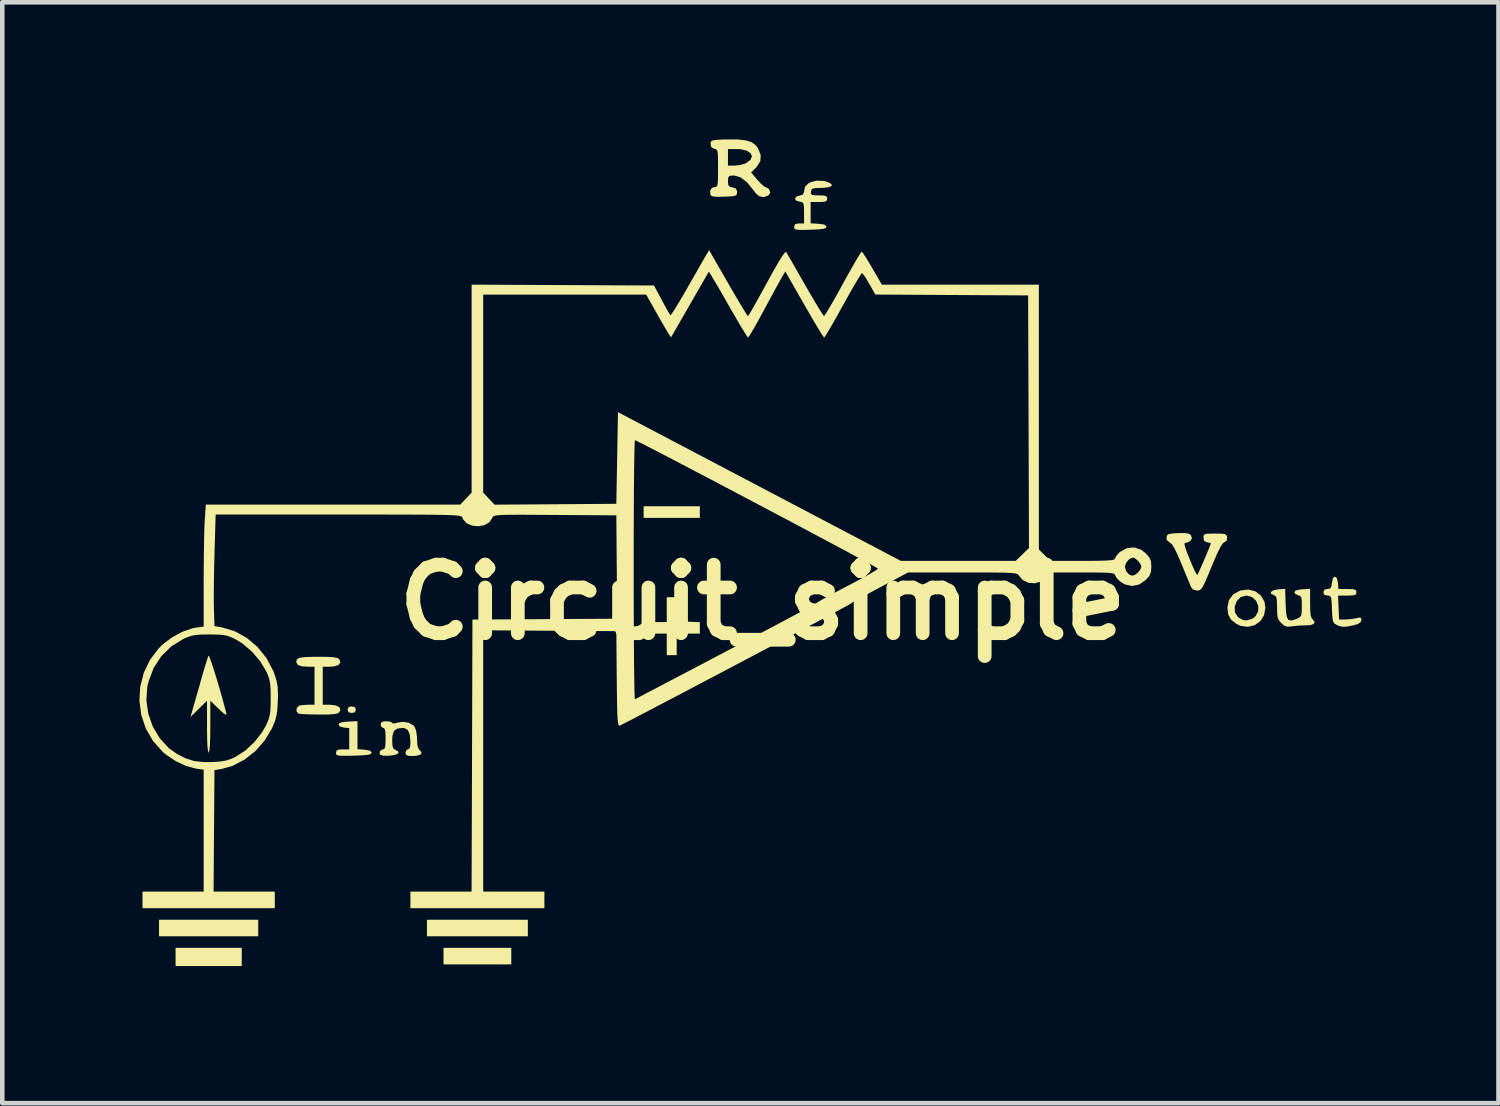
<source format=kicad_pcb>
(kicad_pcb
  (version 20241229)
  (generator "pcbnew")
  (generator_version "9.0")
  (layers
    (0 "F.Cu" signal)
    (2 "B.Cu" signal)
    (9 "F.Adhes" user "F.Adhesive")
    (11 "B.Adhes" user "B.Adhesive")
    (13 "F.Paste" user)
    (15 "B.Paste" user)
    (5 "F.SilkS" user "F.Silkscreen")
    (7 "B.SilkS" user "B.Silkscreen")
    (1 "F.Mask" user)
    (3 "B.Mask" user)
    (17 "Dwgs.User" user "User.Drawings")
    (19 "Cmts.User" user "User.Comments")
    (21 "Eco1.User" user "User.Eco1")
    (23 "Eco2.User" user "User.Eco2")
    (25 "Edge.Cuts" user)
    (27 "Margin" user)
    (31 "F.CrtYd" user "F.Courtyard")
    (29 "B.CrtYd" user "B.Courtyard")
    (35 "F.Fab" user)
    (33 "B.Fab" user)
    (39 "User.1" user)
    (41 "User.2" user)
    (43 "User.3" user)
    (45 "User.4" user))
  (footprint "Circuit_simple"
    (layer "F.Cu")
    (at 13.636 10.125)
    (property "Reference" "Circuit_simple" (at 0 0 0) (layer "F.SilkS") (effects (font (size 1.5 1.5) (thickness 0.3))))
    (attr board_only exclude_from_pos_files exclude_from_bom)
    (fp_poly (pts (xy -11.397 7.761) (xy -11.397 7.96) (xy -12.121 7.96) (xy -12.845 7.96) (xy -12.845 7.761) (xy -12.845 7.562) (xy -12.121 7.562) (xy -11.397 7.562)) (stroke (width 0) (type solid)) (fill yes) (layer "F.SilkS"))
    (fp_poly (pts (xy -11.036 7.128) (xy -11.036 7.309) (xy -12.121 7.309) (xy -13.207 7.309) (xy -13.207 7.128) (xy -13.207 6.947) (xy -12.121 6.947) (xy -11.036 6.947)) (stroke (width 0) (type solid)) (fill yes) (layer "F.SilkS"))
    (fp_poly (pts (xy -8.92 2.296) (xy -8.901 2.352) (xy -8.922 2.409) (xy -8.991 2.424) (xy -9.062 2.407) (xy -9.082 2.352) (xy -9.061 2.295) (xy -8.991 2.279)) (stroke (width 0) (type solid)) (fill yes) (layer "F.SilkS"))
    (fp_poly (pts (xy -5.5 7.743) (xy -5.5 7.924) (xy -6.241 7.924) (xy -6.983 7.924) (xy -6.983 7.743) (xy -6.983 7.562) (xy -6.241 7.562) (xy -5.5 7.562)) (stroke (width 0) (type solid)) (fill yes) (layer "F.SilkS"))
    (fp_poly (pts (xy -5.138 7.128) (xy -5.138 7.309) (xy -6.241 7.309) (xy -7.345 7.309) (xy -7.345 7.128) (xy -7.345 6.947) (xy -6.241 6.947) (xy -5.138 6.947)) (stroke (width 0) (type solid)) (fill yes) (layer "F.SilkS"))
    (fp_poly (pts (xy -1.375 -1.972) (xy -1.375 -1.845) (xy -1.99 -1.845) (xy -2.605 -1.845) (xy -2.605 -1.972) (xy -2.605 -2.099) (xy -1.99 -2.099) (xy -1.375 -2.099)) (stroke (width 0) (type solid)) (fill yes) (layer "F.SilkS"))
    (fp_poly (pts (xy -1.874 0.154) (xy -1.863 0.416) (xy -1.619 0.427) (xy -1.375 0.437) (xy -1.375 0.562) (xy -1.375 0.687) (xy -1.628 0.687) (xy -1.881 0.687) (xy -1.881 0.923) (xy -1.881 1.158) (xy -1.99 1.158) (xy -2.099 1.158) (xy -2.099 0.923) (xy -2.099 0.687) (xy -2.352 0.687) (xy -2.605 0.687) (xy -2.605 0.561) (xy -2.605 0.434) (xy -2.352 0.434) (xy -2.099 0.434) (xy -2.099 0.163) (xy -2.099 -0.109) (xy -1.992 -0.109) (xy -1.885 -0.109)) (stroke (width 0) (type solid)) (fill yes) (layer "F.SilkS"))
    (fp_poly (pts (xy -8.865 2.909) (xy -8.865 3.216) (xy -8.711 3.227) (xy -8.603 3.245) (xy -8.559 3.279) (xy -8.557 3.293) (xy -8.57 3.318) (xy -8.615 3.335) (xy -8.704 3.346) (xy -8.848 3.354) (xy -8.946 3.357) (xy -9.118 3.361) (xy -9.23 3.36) (xy -9.295 3.352) (xy -9.325 3.336) (xy -9.335 3.308) (xy -9.335 3.294) (xy -9.323 3.246) (xy -9.275 3.224) (xy -9.19 3.22) (xy -9.046 3.22) (xy -9.046 2.987) (xy -9.046 2.754) (xy -9.163 2.743) (xy -9.253 2.719) (xy -9.281 2.677) (xy -9.261 2.644) (xy -9.192 2.623) (xy -9.073 2.612) (xy -8.865 2.602)) (stroke (width 0) (type solid)) (fill yes) (layer "F.SilkS"))
    (fp_poly (pts (xy 10.779 -0.237) (xy 10.901 -0.145) (xy 10.978 -0.011) (xy 10.999 0.123) (xy 10.968 0.288) (xy 10.884 0.417) (xy 10.762 0.504) (xy 10.614 0.539) (xy 10.454 0.517) (xy 10.36 0.472) (xy 10.243 0.378) (xy 10.183 0.263) (xy 10.167 0.116) (xy 10.17 0.103) (xy 10.326 0.103) (xy 10.333 0.227) (xy 10.399 0.327) (xy 10.507 0.388) (xy 10.583 0.398) (xy 10.713 0.363) (xy 10.781 0.309) (xy 10.84 0.201) (xy 10.842 0.081) (xy 10.796 -0.029) (xy 10.709 -0.111) (xy 10.59 -0.145) (xy 10.583 -0.145) (xy 10.458 -0.114) (xy 10.369 -0.021) (xy 10.326 0.103) (xy 10.17 0.103) (xy 10.2 -0.046) (xy 10.293 -0.171) (xy 10.44 -0.252) (xy 10.454 -0.257) (xy 10.626 -0.277)) (stroke (width 0) (type solid)) (fill yes) (layer "F.SilkS"))
    (fp_poly (pts (xy -12.109 1.187) (xy -12.078 1.267) (xy -12.034 1.394) (xy -11.982 1.558) (xy -11.924 1.748) (xy -11.864 1.952) (xy -11.806 2.161) (xy -11.752 2.362) (xy -11.732 2.442) (xy -11.741 2.464) (xy -11.792 2.432) (xy -11.889 2.345) (xy -11.899 2.335) (xy -12.085 2.156) (xy -12.085 2.724) (xy -12.087 2.952) (xy -12.094 3.126) (xy -12.104 3.241) (xy -12.118 3.291) (xy -12.121 3.293) (xy -12.136 3.257) (xy -12.147 3.156) (xy -12.154 2.993) (xy -12.157 2.776) (xy -12.157 2.724) (xy -12.157 2.156) (xy -12.338 2.333) (xy -12.518 2.511) (xy -12.482 2.386) (xy -12.46 2.307) (xy -12.422 2.175) (xy -12.374 2.005) (xy -12.319 1.814) (xy -12.298 1.737) (xy -12.244 1.55) (xy -12.196 1.386) (xy -12.156 1.259) (xy -12.131 1.182) (xy -12.125 1.167)) (stroke (width 0) (type solid)) (fill yes) (layer "F.SilkS"))
    (fp_poly (pts (xy -9.512 1.196) (xy -9.386 1.205) (xy -9.308 1.22) (xy -9.266 1.244) (xy -9.263 1.248) (xy -9.238 1.316) (xy -9.276 1.37) (xy -9.37 1.403) (xy -9.466 1.411) (xy -9.625 1.411) (xy -9.625 1.827) (xy -9.625 2.243) (xy -9.466 2.243) (xy -9.339 2.258) (xy -9.26 2.298) (xy -9.238 2.357) (xy -9.263 2.406) (xy -9.299 2.431) (xy -9.368 2.447) (xy -9.482 2.456) (xy -9.651 2.458) (xy -9.71 2.458) (xy -9.877 2.455) (xy -10.019 2.45) (xy -10.119 2.443) (xy -10.158 2.436) (xy -10.198 2.389) (xy -10.196 2.321) (xy -10.154 2.269) (xy -10.146 2.265) (xy -10.074 2.251) (xy -9.968 2.244) (xy -9.947 2.243) (xy -9.805 2.243) (xy -9.805 1.827) (xy -9.805 1.411) (xy -9.947 1.411) (xy -10.091 1.402) (xy -10.173 1.37) (xy -10.203 1.314) (xy -10.203 1.303) (xy -10.195 1.259) (xy -10.162 1.229) (xy -10.094 1.209) (xy -9.98 1.199) (xy -9.811 1.194) (xy -9.698 1.194)) (stroke (width 0) (type solid)) (fill yes) (layer "F.SilkS"))
    (fp_poly (pts (xy 12.562 -0.528) (xy 12.584 -0.428) (xy 12.585 -0.425) (xy 12.596 -0.289) (xy 12.793 -0.289) (xy 12.907 -0.286) (xy 12.966 -0.272) (xy 12.988 -0.242) (xy 12.989 -0.217) (xy 12.981 -0.175) (xy 12.944 -0.154) (xy 12.861 -0.146) (xy 12.789 -0.145) (xy 12.588 -0.145) (xy 12.599 0.118) (xy 12.61 0.38) (xy 12.754 0.378) (xy 12.877 0.369) (xy 12.987 0.35) (xy 12.999 0.347) (xy 13.07 0.333) (xy 13.096 0.358) (xy 13.098 0.39) (xy 13.079 0.442) (xy 13.013 0.48) (xy 12.937 0.502) (xy 12.792 0.533) (xy 12.689 0.538) (xy 12.601 0.517) (xy 12.555 0.496) (xy 12.51 0.468) (xy 12.482 0.428) (xy 12.467 0.359) (xy 12.458 0.244) (xy 12.454 0.153) (xy 12.448 0.007) (xy 12.439 -0.081) (xy 12.422 -0.126) (xy 12.392 -0.143) (xy 12.355 -0.145) (xy 12.285 -0.162) (xy 12.266 -0.217) (xy 12.288 -0.274) (xy 12.354 -0.289) (xy 12.414 -0.3) (xy 12.442 -0.345) (xy 12.454 -0.425) (xy 12.475 -0.527) (xy 12.518 -0.561) (xy 12.519 -0.561)) (stroke (width 0) (type solid)) (fill yes) (layer "F.SilkS"))
    (fp_poly (pts (xy 11.441 0.043) (xy 11.45 0.219) (xy 11.469 0.331) (xy 11.505 0.389) (xy 11.564 0.4) (xy 11.654 0.375) (xy 11.69 0.361) (xy 11.747 0.332) (xy 11.779 0.294) (xy 11.792 0.226) (xy 11.795 0.109) (xy 11.795 0.089) (xy 11.793 -0.037) (xy 11.782 -0.107) (xy 11.757 -0.139) (xy 11.714 -0.151) (xy 11.65 -0.181) (xy 11.633 -0.217) (xy 11.657 -0.254) (xy 11.738 -0.276) (xy 11.804 -0.282) (xy 11.976 -0.293) (xy 11.976 0.021) (xy 11.979 0.183) (xy 11.989 0.288) (xy 12.01 0.349) (xy 12.036 0.379) (xy 12.077 0.432) (xy 12.054 0.475) (xy 11.975 0.502) (xy 11.892 0.506) (xy 11.75 0.51) (xy 11.605 0.525) (xy 11.59 0.527) (xy 11.485 0.537) (xy 11.414 0.516) (xy 11.346 0.458) (xy 11.295 0.399) (xy 11.267 0.334) (xy 11.255 0.239) (xy 11.253 0.114) (xy 11.25 -0.019) (xy 11.24 -0.097) (xy 11.218 -0.137) (xy 11.178 -0.156) (xy 11.177 -0.156) (xy 11.118 -0.187) (xy 11.121 -0.226) (xy 11.176 -0.261) (xy 11.274 -0.282) (xy 11.281 -0.282) (xy 11.431 -0.293)) (stroke (width 0) (type solid)) (fill yes) (layer "F.SilkS"))
    (fp_poly (pts (xy 1.329 -9.217) (xy 1.43 -9.19) (xy 1.504 -9.149) (xy 1.512 -9.111) (xy 1.458 -9.082) (xy 1.347 -9.066) (xy 1.281 -9.064) (xy 1.161 -9.061) (xy 1.095 -9.049) (xy 1.065 -9.021) (xy 1.056 -8.982) (xy 1.055 -8.934) (xy 1.083 -8.91) (xy 1.155 -8.902) (xy 1.228 -8.901) (xy 1.337 -8.897) (xy 1.392 -8.881) (xy 1.41 -8.847) (xy 1.411 -8.828) (xy 1.402 -8.785) (xy 1.361 -8.763) (xy 1.272 -8.756) (xy 1.23 -8.756) (xy 1.049 -8.756) (xy 1.049 -8.523) (xy 1.049 -8.29) (xy 1.221 -8.279) (xy 1.335 -8.264) (xy 1.387 -8.235) (xy 1.393 -8.213) (xy 1.38 -8.187) (xy 1.332 -8.169) (xy 1.238 -8.158) (xy 1.087 -8.15) (xy 1.04 -8.149) (xy 0.878 -8.145) (xy 0.775 -8.146) (xy 0.718 -8.156) (xy 0.693 -8.175) (xy 0.687 -8.207) (xy 0.687 -8.212) (xy 0.704 -8.266) (xy 0.766 -8.285) (xy 0.796 -8.286) (xy 0.905 -8.286) (xy 0.905 -8.519) (xy 0.903 -8.644) (xy 0.894 -8.715) (xy 0.869 -8.748) (xy 0.823 -8.761) (xy 0.805 -8.763) (xy 0.729 -8.789) (xy 0.706 -8.828) (xy 0.738 -8.874) (xy 0.805 -8.894) (xy 0.881 -8.919) (xy 0.905 -8.979) (xy 0.905 -8.985) (xy 0.925 -9.087) (xy 0.995 -9.16) (xy 1.038 -9.185) (xy 1.171 -9.222)) (stroke (width 0) (type solid)) (fill yes) (layer "F.SilkS"))
    (fp_poly (pts (xy -8.148 2.614) (xy -8.106 2.636) (xy -8.105 2.64) (xy -8.076 2.656) (xy -8.006 2.638) (xy -7.873 2.616) (xy -7.742 2.638) (xy -7.638 2.699) (xy -7.617 2.723) (xy -7.581 2.816) (xy -7.563 2.952) (xy -7.562 2.998) (xy -7.553 3.135) (xy -7.525 3.215) (xy -7.502 3.238) (xy -7.461 3.29) (xy -7.485 3.333) (xy -7.567 3.359) (xy -7.655 3.365) (xy -7.756 3.36) (xy -7.803 3.34) (xy -7.815 3.296) (xy -7.815 3.293) (xy -7.793 3.234) (xy -7.761 3.22) (xy -7.726 3.199) (xy -7.709 3.128) (xy -7.707 3.055) (xy -7.721 2.894) (xy -7.766 2.794) (xy -7.844 2.752) (xy -7.873 2.75) (xy -7.995 2.765) (xy -8.067 2.818) (xy -8.1 2.92) (xy -8.105 3.018) (xy -8.101 3.134) (xy -8.084 3.196) (xy -8.048 3.225) (xy -8.029 3.232) (xy -7.975 3.266) (xy -7.968 3.299) (xy -8.011 3.329) (xy -8.099 3.35) (xy -8.205 3.36) (xy -8.304 3.356) (xy -8.367 3.339) (xy -8.375 3.331) (xy -8.381 3.268) (xy -8.334 3.226) (xy -8.302 3.22) (xy -8.272 3.203) (xy -8.256 3.141) (xy -8.25 3.023) (xy -8.25 2.985) (xy -8.253 2.853) (xy -8.266 2.78) (xy -8.292 2.752) (xy -8.304 2.75) (xy -8.348 2.72) (xy -8.358 2.677) (xy -8.344 2.628) (xy -8.289 2.607) (xy -8.231 2.605)) (stroke (width 0) (type solid)) (fill yes) (layer "F.SilkS"))
    (fp_poly (pts (xy 9.318 -1.5) (xy 9.368 -1.469) (xy 9.37 -1.467) (xy 9.39 -1.398) (xy 9.355 -1.336) (xy 9.28 -1.304) (xy 9.261 -1.303) (xy 9.235 -1.295) (xy 9.228 -1.267) (xy 9.242 -1.205) (xy 9.279 -1.099) (xy 9.343 -0.939) (xy 9.403 -0.795) (xy 9.456 -0.681) (xy 9.493 -0.611) (xy 9.509 -0.596) (xy 9.528 -0.633) (xy 9.568 -0.72) (xy 9.62 -0.838) (xy 9.677 -0.97) (xy 9.731 -1.098) (xy 9.775 -1.205) (xy 9.801 -1.273) (xy 9.805 -1.287) (xy 9.775 -1.3) (xy 9.724 -1.309) (xy 9.659 -1.34) (xy 9.643 -1.411) (xy 9.646 -1.458) (xy 9.668 -1.485) (xy 9.723 -1.498) (xy 9.828 -1.501) (xy 9.896 -1.502) (xy 10.029 -1.5) (xy 10.106 -1.491) (xy 10.144 -1.47) (xy 10.159 -1.432) (xy 10.161 -1.418) (xy 10.15 -1.343) (xy 10.103 -1.315) (xy 10.064 -1.285) (xy 10.014 -1.207) (xy 9.949 -1.076) (xy 9.866 -0.886) (xy 9.82 -0.776) (xy 9.738 -0.578) (xy 9.677 -0.438) (xy 9.632 -0.345) (xy 9.595 -0.29) (xy 9.561 -0.263) (xy 9.525 -0.254) (xy 9.506 -0.254) (xy 9.413 -0.278) (xy 9.37 -0.335) (xy 9.344 -0.398) (xy 9.296 -0.513) (xy 9.234 -0.664) (xy 9.164 -0.833) (xy 9.158 -0.848) (xy 9.073 -1.046) (xy 9.006 -1.184) (xy 8.952 -1.268) (xy 8.906 -1.307) (xy 8.902 -1.309) (xy 8.841 -1.359) (xy 8.835 -1.42) (xy 8.848 -1.464) (xy 8.883 -1.49) (xy 8.956 -1.504) (xy 9.085 -1.512) (xy 9.229 -1.513)) (stroke (width 0) (type solid)) (fill yes) (layer "F.SilkS"))
    (fp_poly (pts (xy -0.377 -10.106) (xy -0.247 -10.066) (xy -0.155 -10.001) (xy -0.107 -9.939) (xy -0.044 -9.789) (xy -0.051 -9.654) (xy -0.128 -9.528) (xy -0.145 -9.51) (xy -0.253 -9.402) (xy -0.118 -9.243) (xy -0.037 -9.156) (xy 0.029 -9.098) (xy 0.059 -9.083) (xy 0.114 -9.057) (xy 0.145 -9.027) (xy 0.166 -8.96) (xy 0.129 -8.902) (xy 0.045 -8.868) (xy 0.000491 -8.865) (xy -0.078 -8.883) (xy -0.152 -8.947) (xy -0.201 -9.012) (xy -0.344 -9.188) (xy -0.484 -9.295) (xy -0.622 -9.335) (xy -0.636 -9.335) (xy -0.72 -9.329) (xy -0.753 -9.296) (xy -0.76 -9.214) (xy -0.76 -9.211) (xy -0.752 -9.125) (xy -0.717 -9.087) (xy -0.66 -9.075) (xy -0.586 -9.052) (xy -0.561 -8.993) (xy -0.561 -8.973) (xy -0.564 -8.928) (xy -0.585 -8.9) (xy -0.638 -8.885) (xy -0.738 -8.877) (xy -0.842 -8.872) (xy -0.99 -8.869) (xy -1.08 -8.876) (xy -1.128 -8.895) (xy -1.144 -8.917) (xy -1.151 -9.007) (xy -1.105 -9.068) (xy -1.05 -9.082) (xy -1.019 -9.086) (xy -0.998 -9.107) (xy -0.985 -9.156) (xy -0.979 -9.247) (xy -0.977 -9.392) (xy -0.977 -9.495) (xy -0.978 -9.673) (xy -0.981 -9.792) (xy -0.99 -9.863) (xy -1.006 -9.9) (xy -1.03 -9.914) (xy -0.76 -9.914) (xy -0.76 -9.733) (xy -0.76 -9.552) (xy -0.613 -9.552) (xy -0.489 -9.566) (xy -0.377 -9.599) (xy -0.364 -9.605) (xy -0.267 -9.678) (xy -0.235 -9.753) (xy -0.264 -9.823) (xy -0.347 -9.878) (xy -0.48 -9.91) (xy -0.561 -9.914) (xy -0.76 -9.914) (xy -1.03 -9.914) (xy -1.033 -9.916) (xy -1.058 -9.92) (xy -1.123 -9.952) (xy -1.14 -10.023) (xy -1.137 -10.064) (xy -1.12 -10.091) (xy -1.075 -10.107) (xy -0.988 -10.117) (xy -0.846 -10.123) (xy -0.796 -10.124) (xy -0.557 -10.125)) (stroke (width 0) (type solid)) (fill yes) (layer "F.SilkS"))
    (fp_poly (pts (xy -0.758 -6.982) (xy -0.639 -6.776) (xy -0.532 -6.594) (xy -0.441 -6.442) (xy -0.373 -6.332) (xy -0.332 -6.27) (xy -0.323 -6.26) (xy -0.301 -6.29) (xy -0.249 -6.375) (xy -0.174 -6.506) (xy -0.08 -6.674) (xy 0.028 -6.87) (xy 0.09 -6.984) (xy 0.236 -7.25) (xy 0.352 -7.451) (xy 0.437 -7.586) (xy 0.491 -7.655) (xy 0.513 -7.663) (xy 0.539 -7.619) (xy 0.595 -7.522) (xy 0.676 -7.382) (xy 0.775 -7.208) (xy 0.887 -7.012) (xy 0.93 -6.938) (xy 1.044 -6.739) (xy 1.148 -6.563) (xy 1.235 -6.419) (xy 1.3 -6.316) (xy 1.337 -6.264) (xy 1.342 -6.26) (xy 1.366 -6.29) (xy 1.419 -6.375) (xy 1.496 -6.505) (xy 1.592 -6.672) (xy 1.7 -6.867) (xy 1.754 -6.965) (xy 1.867 -7.169) (xy 1.969 -7.35) (xy 2.055 -7.499) (xy 2.12 -7.606) (xy 2.158 -7.663) (xy 2.165 -7.67) (xy 2.192 -7.641) (xy 2.246 -7.56) (xy 2.319 -7.442) (xy 2.398 -7.308) (xy 2.608 -6.947) (xy 4.325 -6.947) (xy 6.042 -6.947) (xy 6.042 -4.051) (xy 6.042 -1.155) (xy 6.168 -1.03) (xy 6.293 -0.905) (xy 7 -0.905) (xy 7.249 -0.905) (xy 7.433 -0.908) (xy 7.563 -0.914) (xy 7.646 -0.922) (xy 7.691 -0.935) (xy 7.706 -0.952) (xy 7.707 -0.956) (xy 7.733 -1.01) (xy 7.797 -1.081) (xy 7.818 -1.1) (xy 7.967 -1.183) (xy 8.126 -1.199) (xy 8.28 -1.148) (xy 8.38 -1.071) (xy 8.459 -0.98) (xy 8.495 -0.894) (xy 8.503 -0.778) (xy 8.494 -0.66) (xy 8.458 -0.574) (xy 8.38 -0.485) (xy 8.237 -0.387) (xy 8.08 -0.355) (xy 7.922 -0.39) (xy 7.818 -0.455) (xy 7.747 -0.527) (xy 7.709 -0.589) (xy 7.707 -0.6) (xy 7.696 -0.618) (xy 7.657 -0.631) (xy 7.582 -0.641) (xy 7.463 -0.647) (xy 7.29 -0.65) (xy 7.056 -0.651) (xy 6.99 -0.651) (xy 6.273 -0.651) (xy 6.194 -0.544) (xy 6.088 -0.454) (xy 5.954 -0.414) (xy 5.815 -0.425) (xy 5.69 -0.484) (xy 5.608 -0.579) (xy 5.595 -0.599) (xy 5.574 -0.615) (xy 5.538 -0.627) (xy 5.48 -0.636) (xy 5.391 -0.642) (xy 5.264 -0.647) (xy 5.093 -0.649) (xy 4.868 -0.651) (xy 4.583 -0.651) (xy 4.376 -0.651) (xy 3.182 -0.651) (xy 2.559 -0.321) (xy 2.366 -0.217) (xy 2.195 -0.124) (xy 2.057 -0.048) (xy 1.961 0.007) (xy 1.919 0.035) (xy 1.918 0.036) (xy 1.884 0.056) (xy 1.793 0.106) (xy 1.649 0.184) (xy 1.459 0.286) (xy 1.228 0.409) (xy 0.963 0.55) (xy 0.67 0.706) (xy 0.353 0.873) (xy 0.021 1.049) (xy -0.323 1.231) (xy -0.671 1.415) (xy -1.019 1.598) (xy -1.359 1.777) (xy -1.686 1.95) (xy -1.995 2.112) (xy -2.279 2.26) (xy -2.532 2.393) (xy -2.748 2.506) (xy -2.922 2.596) (xy -3.047 2.66) (xy -3.118 2.695) (xy -3.13 2.701) (xy -3.146 2.698) (xy -3.158 2.673) (xy -3.168 2.617) (xy -3.176 2.524) (xy -3.182 2.387) (xy -3.186 2.198) (xy -3.19 1.95) (xy -3.193 1.677) (xy -3.202 0.633) (xy -4.658 0.624) (xy -6.115 0.614) (xy -6.115 3.473) (xy -6.115 6.332) (xy -5.445 6.332) (xy -4.776 6.332) (xy -4.776 6.513) (xy -4.776 6.694) (xy -6.241 6.694) (xy -7.707 6.694) (xy -7.707 6.513) (xy -7.707 6.332) (xy -7.038 6.332) (xy -6.369 6.332) (xy -6.359 3.356) (xy -6.35 0.38) (xy -4.767 0.37) (xy -3.183 0.361) (xy -3.192 -0.703) (xy -2.822 -0.703) (xy -2.822 -0.257) (xy -2.821 0.167) (xy -2.819 0.564) (xy -2.817 0.928) (xy -2.815 1.254) (xy -2.812 1.536) (xy -2.808 1.769) (xy -2.805 1.948) (xy -2.801 2.067) (xy -2.796 2.121) (xy -2.795 2.124) (xy -2.759 2.105) (xy -2.664 2.055) (xy -2.517 1.977) (xy -2.322 1.875) (xy -2.086 1.751) (xy -1.813 1.608) (xy -1.51 1.449) (xy -1.182 1.277) (xy -0.835 1.094) (xy -0.814 1.083) (xy -0.465 0.9) (xy -0.134 0.725) (xy 0.172 0.563) (xy 0.448 0.416) (xy 0.689 0.287) (xy 0.889 0.179) (xy 1.042 0.096) (xy 1.143 0.04) (xy 1.185 0.014) (xy 1.185 0.013) (xy 1.23 -0.017) (xy 1.329 -0.074) (xy 1.472 -0.152) (xy 1.647 -0.246) (xy 1.844 -0.35) (xy 1.881 -0.369) (xy 2.078 -0.472) (xy 2.249 -0.565) (xy 2.387 -0.644) (xy 2.481 -0.701) (xy 2.521 -0.732) (xy 2.522 -0.735) (xy 2.49 -0.756) (xy 2.456 -0.775) (xy 7.924 -0.775) (xy 7.951 -0.681) (xy 8.015 -0.607) (xy 8.089 -0.579) (xy 8.151 -0.603) (xy 8.213 -0.651) (xy 8.267 -0.723) (xy 8.286 -0.778) (xy 8.26 -0.845) (xy 8.199 -0.918) (xy 8.13 -0.969) (xy 8.099 -0.977) (xy 8.024 -0.946) (xy 7.958 -0.874) (xy 7.925 -0.787) (xy 7.924 -0.775) (xy 2.456 -0.775) (xy 2.399 -0.807) (xy 2.256 -0.885) (xy 2.066 -0.988) (xy 1.835 -1.112) (xy 1.568 -1.254) (xy 1.272 -1.412) (xy 0.952 -1.582) (xy 0.615 -1.762) (xy 0.264 -1.947) (xy -0.092 -2.136) (xy -0.449 -2.324) (xy -0.801 -2.51) (xy -1.143 -2.69) (xy -1.468 -2.86) (xy -1.77 -3.019) (xy -2.044 -3.162) (xy -2.285 -3.287) (xy -2.486 -3.391) (xy -2.641 -3.47) (xy -2.746 -3.523) (xy -2.793 -3.545) (xy -2.795 -3.545) (xy -2.799 -3.51) (xy -2.803 -3.408) (xy -2.807 -3.244) (xy -2.811 -3.025) (xy -2.814 -2.755) (xy -2.817 -2.44) (xy -2.819 -2.085) (xy -2.821 -1.697) (xy -2.822 -1.279) (xy -2.822 -0.839) (xy -2.822 -0.703) (xy -3.192 -0.703) (xy -3.193 -0.769) (xy -3.202 -1.9) (xy -4.547 -1.909) (xy -4.895 -1.911) (xy -5.176 -1.913) (xy -5.4 -1.913) (xy -5.572 -1.912) (xy -5.699 -1.909) (xy -5.789 -1.903) (xy -5.848 -1.895) (xy -5.884 -1.884) (xy -5.904 -1.871) (xy -5.913 -1.853) (xy -5.916 -1.845) (xy -5.981 -1.747) (xy -6.088 -1.686) (xy -6.219 -1.662) (xy -6.352 -1.674) (xy -6.47 -1.722) (xy -6.551 -1.807) (xy -6.567 -1.844) (xy -6.572 -1.858) (xy -6.582 -1.87) (xy -6.602 -1.88) (xy -6.637 -1.889) (xy -6.691 -1.896) (xy -6.769 -1.902) (xy -6.877 -1.907) (xy -7.019 -1.91) (xy -7.2 -1.913) (xy -7.424 -1.915) (xy -7.698 -1.916) (xy -8.025 -1.917) (xy -8.411 -1.918) (xy -8.86 -1.918) (xy -9.279 -1.918) (xy -11.968 -1.918) (xy -11.993 -1.076) (xy -12 -0.809) (xy -12.005 -0.54) (xy -12.008 -0.287) (xy -12.009 -0.067) (xy -12.007 0.103) (xy -12.006 0.144) (xy -11.994 0.523) (xy -11.838 0.549) (xy -11.554 0.633) (xy -11.288 0.78) (xy -11.051 0.98) (xy -10.854 1.225) (xy -10.706 1.506) (xy -10.673 1.595) (xy -10.633 1.73) (xy -10.611 1.857) (xy -10.604 2.004) (xy -10.608 2.171) (xy -10.619 2.352) (xy -10.638 2.488) (xy -10.672 2.607) (xy -10.726 2.737) (xy -10.736 2.759) (xy -10.894 3.024) (xy -11.098 3.256) (xy -11.336 3.444) (xy -11.596 3.58) (xy -11.832 3.647) (xy -11.994 3.674) (xy -12.004 5.003) (xy -12.013 6.332) (xy -11.344 6.332) (xy -10.674 6.332) (xy -10.674 6.513) (xy -10.674 6.694) (xy -12.121 6.694) (xy -13.568 6.694) (xy -13.568 6.513) (xy -13.568 6.332) (xy -12.899 6.332) (xy -12.23 6.332) (xy -12.23 4.998) (xy -12.23 3.664) (xy -12.394 3.642) (xy -12.612 3.584) (xy -12.842 3.477) (xy -13.058 3.332) (xy -13.123 3.277) (xy -13.339 3.035) (xy -13.497 2.762) (xy -13.596 2.466) (xy -13.636 2.158) (xy -13.636 2.149) (xy -13.484 2.149) (xy -13.441 2.442) (xy -13.343 2.721) (xy -13.193 2.974) (xy -12.999 3.187) (xy -12.819 3.317) (xy -12.624 3.416) (xy -12.437 3.475) (xy -12.229 3.498) (xy -12.049 3.498) (xy -11.871 3.486) (xy -11.735 3.463) (xy -11.613 3.421) (xy -11.533 3.383) (xy -11.322 3.248) (xy -11.122 3.062) (xy -10.953 2.847) (xy -10.862 2.687) (xy -10.816 2.582) (xy -10.788 2.487) (xy -10.772 2.379) (xy -10.765 2.238) (xy -10.764 2.099) (xy -10.766 1.918) (xy -10.775 1.787) (xy -10.794 1.685) (xy -10.827 1.59) (xy -10.862 1.511) (xy -10.996 1.288) (xy -11.177 1.078) (xy -11.384 0.902) (xy -11.533 0.811) (xy -11.637 0.762) (xy -11.729 0.731) (xy -11.831 0.714) (xy -11.965 0.707) (xy -12.103 0.706) (xy -12.281 0.708) (xy -12.41 0.718) (xy -12.513 0.739) (xy -12.612 0.776) (xy -12.67 0.802) (xy -12.937 0.966) (xy -13.158 1.182) (xy -13.327 1.444) (xy -13.439 1.745) (xy -13.464 1.855) (xy -13.484 2.149) (xy -13.636 2.149) (xy -13.618 1.848) (xy -13.541 1.546) (xy -13.406 1.263) (xy -13.212 1.008) (xy -13.123 0.92) (xy -12.918 0.766) (xy -12.691 0.644) (xy -12.465 0.568) (xy -12.394 0.555) (xy -12.23 0.533) (xy -12.23 -0.47) (xy -12.229 -0.753) (xy -12.226 -1.03) (xy -12.222 -1.289) (xy -12.218 -1.515) (xy -12.212 -1.694) (xy -12.206 -1.804) (xy -12.183 -2.135) (xy -9.4 -2.135) (xy -6.617 -2.135) (xy -6.492 -2.266) (xy -6.368 -2.398) (xy -6.115 -2.398) (xy -5.99 -2.266) (xy -5.866 -2.134) (xy -4.534 -2.143) (xy -3.202 -2.153) (xy -3.184 -3.155) (xy -3.166 -4.158) (xy -0.072 -2.531) (xy 3.021 -0.905) (xy 4.279 -0.905) (xy 5.536 -0.905) (xy 5.681 -1.045) (xy 5.826 -1.186) (xy 5.817 -3.949) (xy 5.807 -6.712) (xy 4.135 -6.721) (xy 2.464 -6.731) (xy 2.332 -6.965) (xy 2.265 -7.079) (xy 2.209 -7.162) (xy 2.175 -7.2) (xy 2.172 -7.2) (xy 2.148 -7.17) (xy 2.094 -7.085) (xy 2.016 -6.955) (xy 1.92 -6.788) (xy 1.811 -6.593) (xy 1.756 -6.495) (xy 1.643 -6.291) (xy 1.541 -6.11) (xy 1.454 -5.961) (xy 1.39 -5.854) (xy 1.352 -5.797) (xy 1.345 -5.79) (xy 1.321 -5.82) (xy 1.266 -5.904) (xy 1.187 -6.034) (xy 1.089 -6.2) (xy 0.976 -6.395) (xy 0.908 -6.513) (xy 0.495 -7.236) (xy 0.435 -7.137) (xy 0.4 -7.074) (xy 0.337 -6.96) (xy 0.252 -6.806) (xy 0.153 -6.623) (xy 0.045 -6.423) (xy 0.04 -6.413) (xy -0.064 -6.221) (xy -0.158 -6.053) (xy -0.235 -5.919) (xy -0.291 -5.828) (xy -0.318 -5.79) (xy -0.32 -5.789) (xy -0.344 -5.82) (xy -0.398 -5.904) (xy -0.477 -6.034) (xy -0.575 -6.2) (xy -0.688 -6.395) (xy -0.756 -6.514) (xy -0.873 -6.72) (xy -0.978 -6.901) (xy -1.067 -7.051) (xy -1.132 -7.16) (xy -1.17 -7.22) (xy -1.178 -7.228) (xy -1.198 -7.196) (xy -1.249 -7.109) (xy -1.325 -6.977) (xy -1.421 -6.81) (xy -1.533 -6.616) (xy -1.592 -6.513) (xy -1.709 -6.309) (xy -1.813 -6.128) (xy -1.9 -5.977) (xy -1.964 -5.867) (xy -2 -5.806) (xy -2.006 -5.797) (xy -2.027 -5.823) (xy -2.076 -5.902) (xy -2.147 -6.022) (xy -2.235 -6.174) (xy -2.283 -6.258) (xy -2.549 -6.73) (xy -4.332 -6.73) (xy -6.115 -6.73) (xy -6.115 -4.564) (xy -6.115 -2.398) (xy -6.368 -2.398) (xy -6.368 -4.673) (xy -6.368 -6.948) (xy -4.373 -6.938) (xy -2.378 -6.929) (xy -2.208 -6.612) (xy -2.134 -6.476) (xy -2.072 -6.365) (xy -2.031 -6.294) (xy -2.019 -6.277) (xy -1.996 -6.301) (xy -1.944 -6.379) (xy -1.868 -6.502) (xy -1.773 -6.66) (xy -1.665 -6.846) (xy -1.645 -6.883) (xy -1.531 -7.081) (xy -1.427 -7.264) (xy -1.338 -7.42) (xy -1.271 -7.536) (xy -1.232 -7.602) (xy -1.23 -7.606) (xy -1.172 -7.703)) (stroke (width 0) (type solid)) (fill yes) (layer "F.SilkS")))
  (gr_rect
    (start -3 -3)
    (end 29.734 21.085)
    (stroke (width 0.1) (type default))
    (fill no)
    (layer "Edge.Cuts")))
</source>
